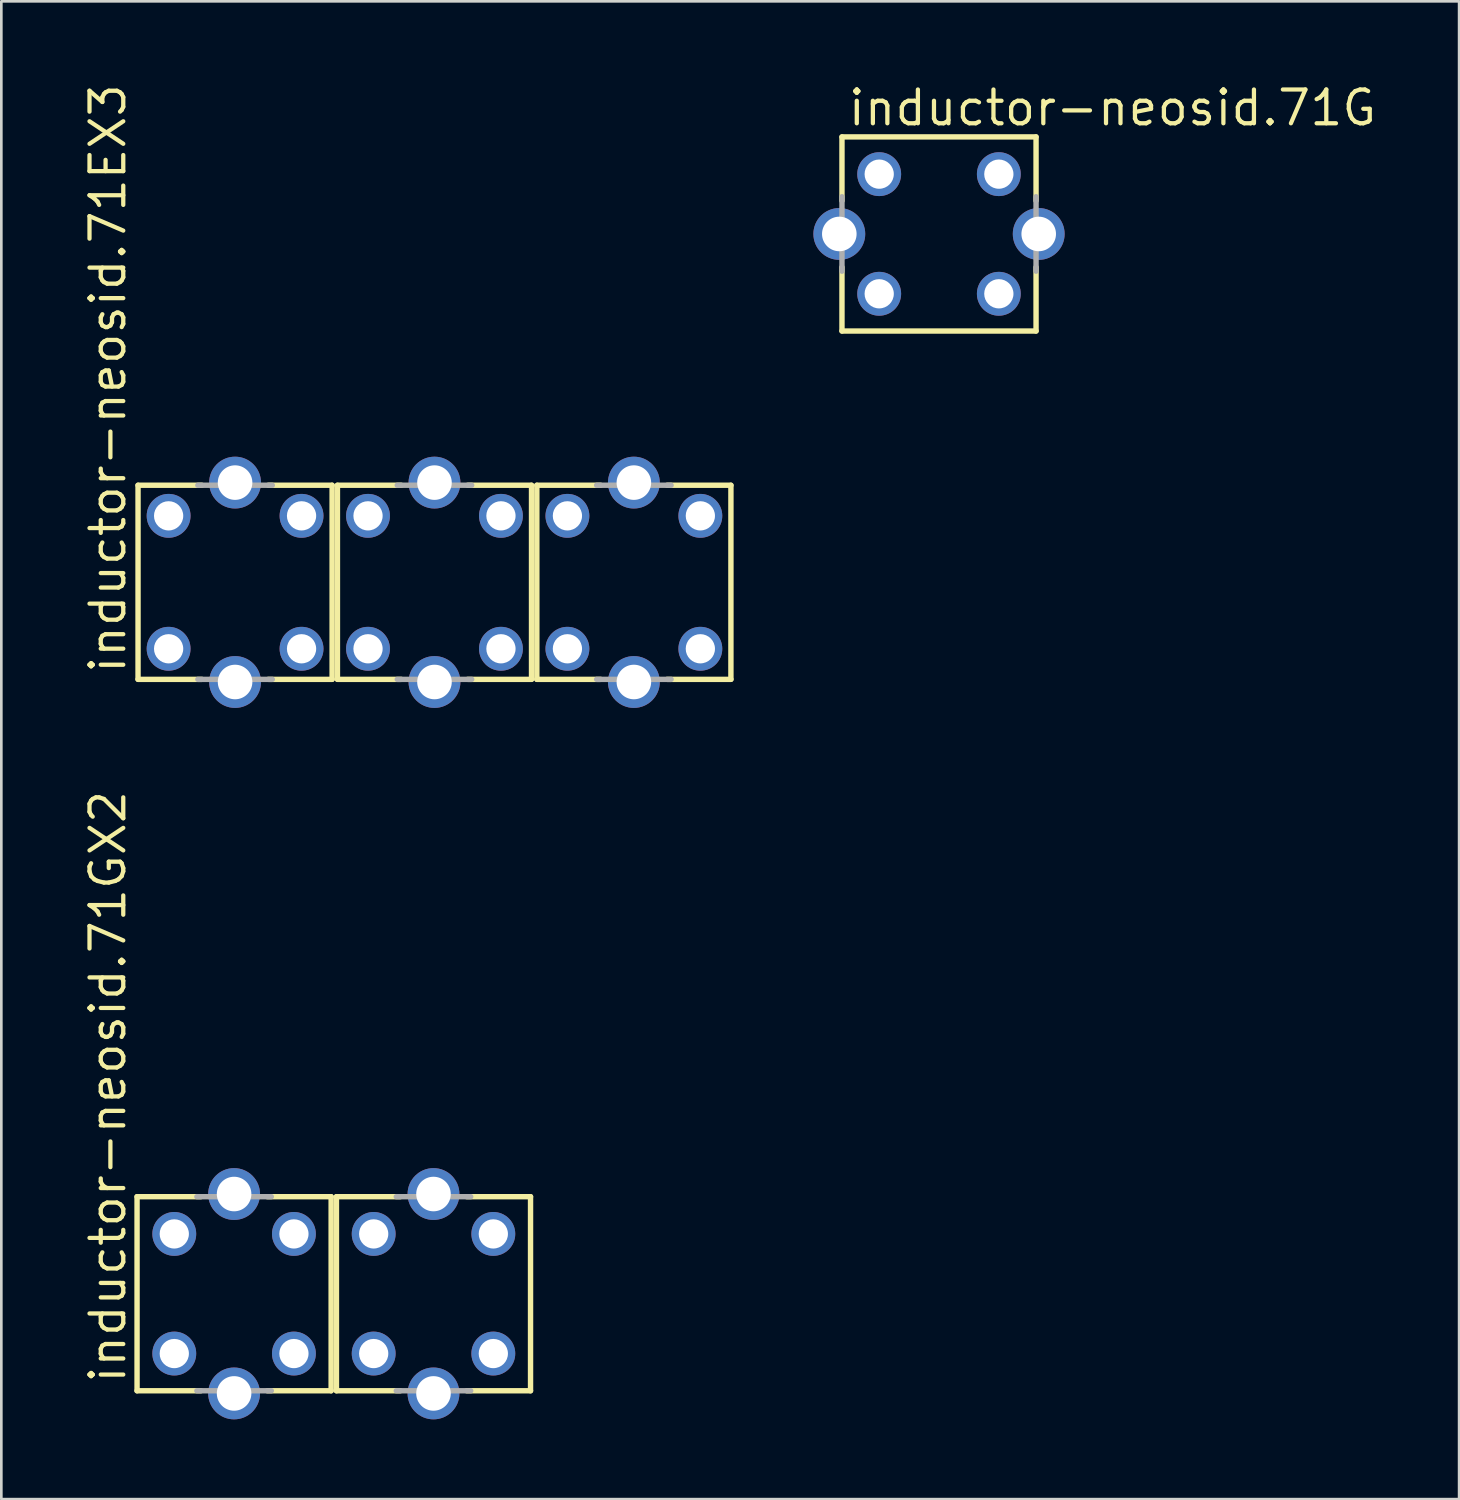
<source format=kicad_pcb>
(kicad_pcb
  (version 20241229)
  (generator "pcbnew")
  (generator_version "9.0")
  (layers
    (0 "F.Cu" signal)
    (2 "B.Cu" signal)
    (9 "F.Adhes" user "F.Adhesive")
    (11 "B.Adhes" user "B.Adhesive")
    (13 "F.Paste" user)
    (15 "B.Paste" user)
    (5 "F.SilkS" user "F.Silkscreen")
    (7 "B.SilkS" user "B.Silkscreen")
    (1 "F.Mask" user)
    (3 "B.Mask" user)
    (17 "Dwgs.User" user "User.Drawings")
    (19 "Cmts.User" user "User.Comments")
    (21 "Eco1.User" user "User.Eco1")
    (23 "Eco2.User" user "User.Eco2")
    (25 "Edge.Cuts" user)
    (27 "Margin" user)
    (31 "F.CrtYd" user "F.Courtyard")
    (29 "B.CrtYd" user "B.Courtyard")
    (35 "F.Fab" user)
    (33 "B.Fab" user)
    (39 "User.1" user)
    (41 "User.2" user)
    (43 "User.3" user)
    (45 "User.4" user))
  (footprint "inductor-neosid.71EX3"
    (layer "F.Cu")
    (at 13.292 18.852)
    (property "Reference" "inductor-neosid.71EX3" (at -11.542 3.508 90) (layer "F.SilkS") (effects (font (size 1.27 1.27) (thickness 0.16)) (justify left bottom)))
    (attr through_hole)
    (fp_line (start -11.15 -3.65) (end -8.75 -3.65) (stroke (width 0.203) (type default)) (layer "F.SilkS"))
    (fp_line (start -11.15 3.65) (end -11.15 -3.65) (stroke (width 0.203) (type default)) (layer "F.SilkS"))
    (fp_line (start -8.75 3.65) (end -11.15 3.65) (stroke (width 0.203) (type default)) (layer "F.SilkS"))
    (fp_line (start -6.25 -3.65) (end -3.85 -3.65) (stroke (width 0.203) (type default)) (layer "F.SilkS"))
    (fp_line (start -3.85 -3.65) (end -3.85 3.65) (stroke (width 0.203) (type default)) (layer "F.SilkS"))
    (fp_line (start -3.85 3.65) (end -6.25 3.65) (stroke (width 0.203) (type default)) (layer "F.SilkS"))
    (fp_line (start -3.65 -3.65) (end -1.25 -3.65) (stroke (width 0.203) (type default)) (layer "F.SilkS"))
    (fp_line (start -3.65 3.65) (end -3.65 -3.65) (stroke (width 0.203) (type default)) (layer "F.SilkS"))
    (fp_line (start -1.25 3.65) (end -3.65 3.65) (stroke (width 0.203) (type default)) (layer "F.SilkS"))
    (fp_line (start 1.25 -3.65) (end 3.65 -3.65) (stroke (width 0.203) (type default)) (layer "F.SilkS"))
    (fp_line (start 3.65 -3.65) (end 3.65 3.65) (stroke (width 0.203) (type default)) (layer "F.SilkS"))
    (fp_line (start 3.65 3.65) (end 1.25 3.65) (stroke (width 0.203) (type default)) (layer "F.SilkS"))
    (fp_line (start 3.85 -3.65) (end 6.25 -3.65) (stroke (width 0.203) (type default)) (layer "F.SilkS"))
    (fp_line (start 3.85 3.65) (end 3.85 -3.65) (stroke (width 0.203) (type default)) (layer "F.SilkS"))
    (fp_line (start 6.25 3.65) (end 3.85 3.65) (stroke (width 0.203) (type default)) (layer "F.SilkS"))
    (fp_line (start 8.75 -3.65) (end 11.15 -3.65) (stroke (width 0.203) (type default)) (layer "F.SilkS"))
    (fp_line (start 11.15 -3.65) (end 11.15 3.65) (stroke (width 0.203) (type default)) (layer "F.SilkS"))
    (fp_line (start 11.15 3.65) (end 8.75 3.65) (stroke (width 0.203) (type default)) (layer "F.SilkS"))
    (fp_line (start -8.9 -3.65) (end -6.1 -3.65) (stroke (width 0.203) (type default)) (layer "F.Fab"))
    (fp_line (start -6.1 3.65) (end -8.9 3.65) (stroke (width 0.203) (type default)) (layer "F.Fab"))
    (fp_line (start -1.4 -3.65) (end 1.4 -3.65) (stroke (width 0.203) (type default)) (layer "F.Fab"))
    (fp_line (start 1.4 3.65) (end -1.4 3.65) (stroke (width 0.203) (type default)) (layer "F.Fab"))
    (fp_line (start 6.1 -3.65) (end 8.9 -3.65) (stroke (width 0.203) (type default)) (layer "F.Fab"))
    (fp_line (start 8.9 3.65) (end 6.1 3.65) (stroke (width 0.203) (type default)) (layer "F.Fab"))
    (pad "1" thru_hole circle (at 5 2.5) (size 1.65 1.65) (drill 1.1) (layers "*.Cu" "*.Mask"))
    (pad "2" thru_hole circle (at 5 -2.5) (size 1.65 1.65) (drill 1.1) (layers "*.Cu" "*.Mask"))
    (pad "4" thru_hole circle (at 10 -2.5) (size 1.65 1.65) (drill 1.1) (layers "*.Cu" "*.Mask"))
    (pad "5" thru_hole circle (at 10 2.5) (size 1.65 1.65) (drill 1.1) (layers "*.Cu" "*.Mask"))
    (pad "21" thru_hole circle (at -2.5 2.5) (size 1.65 1.65) (drill 1.1) (layers "*.Cu" "*.Mask"))
    (pad "22" thru_hole circle (at -2.5 -2.5) (size 1.65 1.65) (drill 1.1) (layers "*.Cu" "*.Mask"))
    (pad "24" thru_hole circle (at 2.5 -2.5) (size 1.65 1.65) (drill 1.1) (layers "*.Cu" "*.Mask"))
    (pad "25" thru_hole circle (at 2.5 2.5) (size 1.65 1.65) (drill 1.1) (layers "*.Cu" "*.Mask"))
    (pad "31" thru_hole circle (at -10 2.5) (size 1.65 1.65) (drill 1.1) (layers "*.Cu" "*.Mask"))
    (pad "32" thru_hole circle (at -10 -2.5) (size 1.65 1.65) (drill 1.1) (layers "*.Cu" "*.Mask"))
    (pad "34" thru_hole circle (at -5 -2.5) (size 1.65 1.65) (drill 1.1) (layers "*.Cu" "*.Mask"))
    (pad "35" thru_hole circle (at -5 2.5) (size 1.65 1.65) (drill 1.1) (layers "*.Cu" "*.Mask"))
    (pad "S1" thru_hole circle (at 7.5 3.75) (size 1.95 1.95) (drill 1.3) (layers "*.Cu" "*.Mask"))
    (pad "S2" thru_hole circle (at 7.5 -3.75) (size 1.95 1.95) (drill 1.3) (layers "*.Cu" "*.Mask"))
    (pad "S3" thru_hole circle (at 0 3.75) (size 1.95 1.95) (drill 1.3) (layers "*.Cu" "*.Mask"))
    (pad "S4" thru_hole circle (at 0 -3.75) (size 1.95 1.95) (drill 1.3) (layers "*.Cu" "*.Mask"))
    (pad "S5" thru_hole circle (at -7.5 3.75) (size 1.95 1.95) (drill 1.3) (layers "*.Cu" "*.Mask"))
    (pad "S6" thru_hole circle (at -7.5 -3.75) (size 1.95 1.95) (drill 1.3) (layers "*.Cu" "*.Mask")))
  (footprint "inductor-neosid.71GX2"
    (layer "F.Cu")
    (at 9.505 45.611)
    (property "Reference" "inductor-neosid.71GX2" (at -7.755 3.448 90) (layer "F.SilkS") (effects (font (size 1.27 1.27) (thickness 0.16)) (justify left bottom)))
    (attr through_hole)
    (fp_line (start -7.4 -3.65) (end -5 -3.65) (stroke (width 0.203) (type default)) (layer "F.SilkS"))
    (fp_line (start -7.4 3.65) (end -7.4 -3.65) (stroke (width 0.203) (type default)) (layer "F.SilkS"))
    (fp_line (start -5 3.65) (end -7.4 3.65) (stroke (width 0.203) (type default)) (layer "F.SilkS"))
    (fp_line (start -2.5 -3.65) (end -0.1 -3.65) (stroke (width 0.203) (type default)) (layer "F.SilkS"))
    (fp_line (start -0.1 -3.65) (end -0.1 3.65) (stroke (width 0.203) (type default)) (layer "F.SilkS"))
    (fp_line (start -0.1 3.65) (end -2.5 3.65) (stroke (width 0.203) (type default)) (layer "F.SilkS"))
    (fp_line (start 0.1 -3.65) (end 2.5 -3.65) (stroke (width 0.203) (type default)) (layer "F.SilkS"))
    (fp_line (start 0.1 3.65) (end 0.1 -3.65) (stroke (width 0.203) (type default)) (layer "F.SilkS"))
    (fp_line (start 2.5 3.65) (end 0.1 3.65) (stroke (width 0.203) (type default)) (layer "F.SilkS"))
    (fp_line (start 5 -3.65) (end 7.4 -3.65) (stroke (width 0.203) (type default)) (layer "F.SilkS"))
    (fp_line (start 7.4 -3.65) (end 7.4 3.65) (stroke (width 0.203) (type default)) (layer "F.SilkS"))
    (fp_line (start 7.4 3.65) (end 5 3.65) (stroke (width 0.203) (type default)) (layer "F.SilkS"))
    (fp_line (start -5.15 -3.65) (end -2.35 -3.65) (stroke (width 0.203) (type default)) (layer "F.Fab"))
    (fp_line (start -2.35 3.65) (end -5.15 3.65) (stroke (width 0.203) (type default)) (layer "F.Fab"))
    (fp_line (start 2.35 -3.65) (end 5.15 -3.65) (stroke (width 0.203) (type default)) (layer "F.Fab"))
    (fp_line (start 5.15 3.65) (end 2.35 3.65) (stroke (width 0.203) (type default)) (layer "F.Fab"))
    (pad "1" thru_hole circle (at 1.5 2.25) (size 1.65 1.65) (drill 1.1) (layers "*.Cu" "*.Mask"))
    (pad "2" thru_hole circle (at 1.5 -2.25) (size 1.65 1.65) (drill 1.1) (layers "*.Cu" "*.Mask"))
    (pad "4" thru_hole circle (at 6 -2.25) (size 1.65 1.65) (drill 1.1) (layers "*.Cu" "*.Mask"))
    (pad "5" thru_hole circle (at 6 2.25) (size 1.65 1.65) (drill 1.1) (layers "*.Cu" "*.Mask"))
    (pad "21" thru_hole circle (at -6 2.25) (size 1.65 1.65) (drill 1.1) (layers "*.Cu" "*.Mask"))
    (pad "22" thru_hole circle (at -6 -2.25) (size 1.65 1.65) (drill 1.1) (layers "*.Cu" "*.Mask"))
    (pad "24" thru_hole circle (at -1.5 -2.25) (size 1.65 1.65) (drill 1.1) (layers "*.Cu" "*.Mask"))
    (pad "25" thru_hole circle (at -1.5 2.25) (size 1.65 1.65) (drill 1.1) (layers "*.Cu" "*.Mask"))
    (pad "S1" thru_hole circle (at 3.75 3.75) (size 1.95 1.95) (drill 1.3) (layers "*.Cu" "*.Mask"))
    (pad "S2" thru_hole circle (at 3.75 -3.75) (size 1.95 1.95) (drill 1.3) (layers "*.Cu" "*.Mask"))
    (pad "S3" thru_hole circle (at -3.75 3.75) (size 1.95 1.95) (drill 1.3) (layers "*.Cu" "*.Mask"))
    (pad "S4" thru_hole circle (at -3.75 -3.75) (size 1.95 1.95) (drill 1.3) (layers "*.Cu" "*.Mask")))
  (footprint "inductor-neosid.71G"
    (layer "F.Cu")
    (at 32.269 5.75)
    (property "Reference" "inductor-neosid.71G" (at -3.5 -4 0) (layer "F.SilkS") (effects (font (size 1.27 1.27) (thickness 0.16)) (justify left bottom)))
    (attr through_hole)
    (fp_line (start -3.65 -3.65) (end 3.65 -3.65) (stroke (width 0.203) (type default)) (layer "F.SilkS"))
    (fp_line (start -3.65 -1.25) (end -3.65 -3.65) (stroke (width 0.203) (type default)) (layer "F.SilkS"))
    (fp_line (start -3.65 3.65) (end -3.65 1.25) (stroke (width 0.203) (type default)) (layer "F.SilkS"))
    (fp_line (start 3.65 -3.65) (end 3.65 -1.25) (stroke (width 0.203) (type default)) (layer "F.SilkS"))
    (fp_line (start 3.65 1.25) (end 3.65 3.65) (stroke (width 0.203) (type default)) (layer "F.SilkS"))
    (fp_line (start 3.65 3.65) (end -3.65 3.65) (stroke (width 0.203) (type default)) (layer "F.SilkS"))
    (fp_line (start -3.65 1.4) (end -3.65 -1.4) (stroke (width 0.203) (type default)) (layer "F.Fab"))
    (fp_line (start 3.65 -1.4) (end 3.65 1.4) (stroke (width 0.203) (type default)) (layer "F.Fab"))
    (pad "1" thru_hole circle (at -2.25 2.25) (size 1.65 1.65) (drill 1.1) (layers "*.Cu" "*.Mask"))
    (pad "2" thru_hole circle (at -2.25 -2.25) (size 1.65 1.65) (drill 1.1) (layers "*.Cu" "*.Mask"))
    (pad "4" thru_hole circle (at 2.25 -2.25) (size 1.65 1.65) (drill 1.1) (layers "*.Cu" "*.Mask"))
    (pad "5" thru_hole circle (at 2.25 2.25) (size 1.65 1.65) (drill 1.1) (layers "*.Cu" "*.Mask"))
    (pad "S1" thru_hole circle (at -3.75 0) (size 1.95 1.95) (drill 1.3) (layers "*.Cu" "*.Mask"))
    (pad "S2" thru_hole circle (at 3.75 0) (size 1.95 1.95) (drill 1.3) (layers "*.Cu" "*.Mask")))
  (gr_rect
    (start -3 -3)
    (end 51.831 53.336)
    (stroke (width 0.1) (type default))
    (fill no)
    (layer "Edge.Cuts")))
</source>
